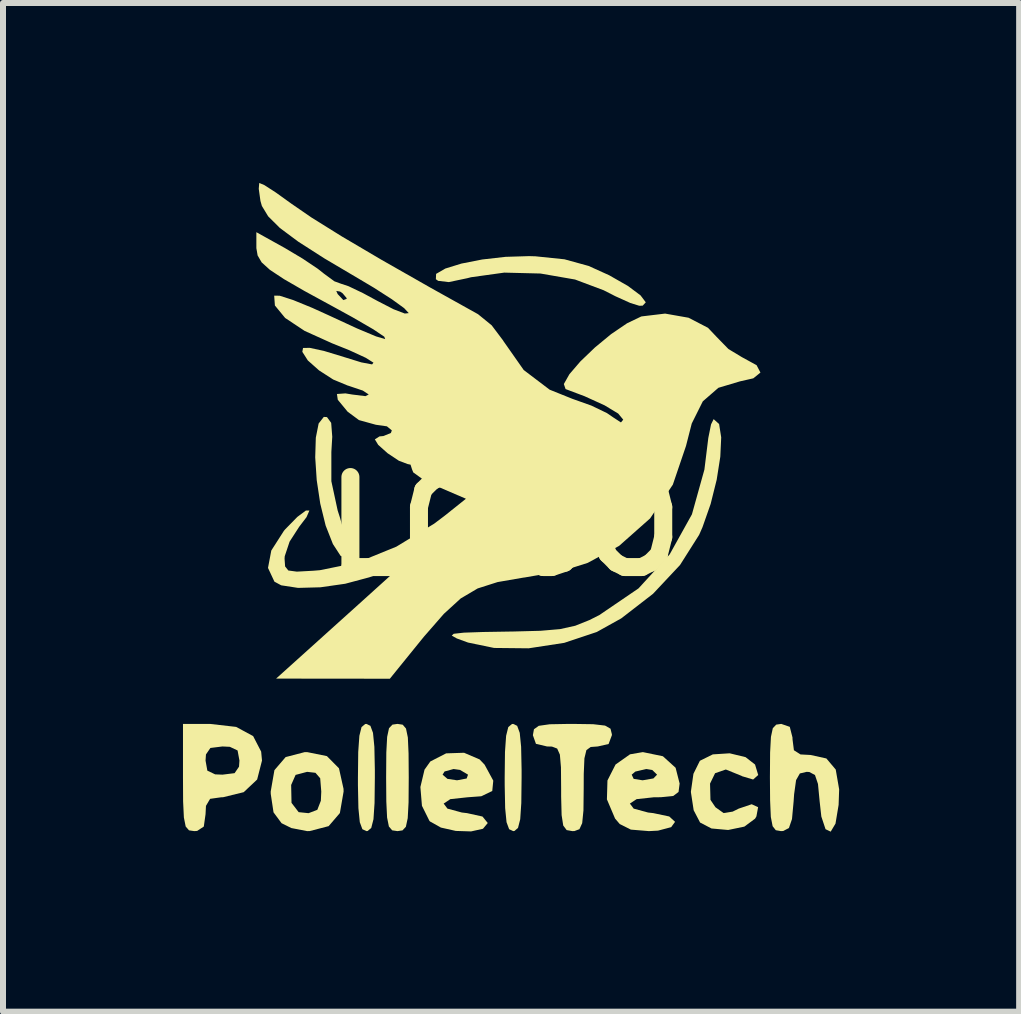
<source format=kicad_pcb>
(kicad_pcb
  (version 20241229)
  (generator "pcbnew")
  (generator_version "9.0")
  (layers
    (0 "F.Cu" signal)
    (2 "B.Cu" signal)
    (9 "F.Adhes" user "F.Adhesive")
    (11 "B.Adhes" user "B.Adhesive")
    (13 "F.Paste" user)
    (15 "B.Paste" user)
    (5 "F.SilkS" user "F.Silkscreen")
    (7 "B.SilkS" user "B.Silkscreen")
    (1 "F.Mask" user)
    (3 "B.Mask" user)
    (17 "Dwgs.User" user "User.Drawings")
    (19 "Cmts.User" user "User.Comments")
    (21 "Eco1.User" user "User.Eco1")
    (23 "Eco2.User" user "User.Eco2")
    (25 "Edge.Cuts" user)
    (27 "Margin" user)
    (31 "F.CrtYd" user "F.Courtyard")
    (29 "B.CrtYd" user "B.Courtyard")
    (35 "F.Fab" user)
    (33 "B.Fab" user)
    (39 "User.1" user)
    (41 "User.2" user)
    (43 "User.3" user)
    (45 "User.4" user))
  (footprint "LOGO"
    (layer "F.Cu")
    (at 5.362 5.723)
    (property "Reference" "LOGO" (at 0 0 0) (layer "F.SilkS") (effects (font (size 1.5 1.5) (thickness 0.3))))
    (attr board_only exclude_from_pos_files exclude_from_bom)
    (fp_poly (pts (xy -2.962 -1.821) (xy -2.892 -1.725) (xy -2.874 -1.493) (xy -2.889 -1.24) (xy -2.889 -0.752) (xy -2.784 -0.265) (xy -2.744 -0.141) (xy -2.653 0.184) (xy -2.625 0.412) (xy -2.654 0.522) (xy -2.735 0.492) (xy -2.86 0.3) (xy -2.864 0.293) (xy -2.984 -0.012) (xy -3.074 -0.379) (xy -3.133 -0.771) (xy -3.158 -1.15) (xy -3.148 -1.477) (xy -3.101 -1.714) (xy -3.015 -1.824)) (stroke (width 0) (type solid)) (fill yes) (layer "F.SilkS"))
    (fp_poly (pts (xy -2.238 3.325) (xy -2.195 3.442) (xy -2.172 3.675) (xy -2.164 4.057) (xy -2.164 4.186) (xy -2.169 4.612) (xy -2.187 4.882) (xy -2.224 5.027) (xy -2.284 5.078) (xy -2.305 5.08) (xy -2.372 5.048) (xy -2.415 4.931) (xy -2.438 4.698) (xy -2.446 4.316) (xy -2.446 4.186) (xy -2.441 3.76) (xy -2.422 3.491) (xy -2.386 3.346) (xy -2.325 3.295) (xy -2.305 3.293)) (stroke (width 0) (type solid)) (fill yes) (layer "F.SilkS"))
    (fp_poly (pts (xy -1.7 3.306) (xy -1.645 3.37) (xy -1.614 3.519) (xy -1.602 3.788) (xy -1.599 4.186) (xy -1.602 4.602) (xy -1.616 4.864) (xy -1.647 5.008) (xy -1.703 5.068) (xy -1.787 5.08) (xy -1.875 5.067) (xy -1.93 5.003) (xy -1.96 4.854) (xy -1.973 4.585) (xy -1.976 4.186) (xy -1.973 3.771) (xy -1.959 3.509) (xy -1.928 3.365) (xy -1.871 3.305) (xy -1.787 3.293)) (stroke (width 0) (type solid)) (fill yes) (layer "F.SilkS"))
    (fp_poly (pts (xy 0.208 3.325) (xy 0.251 3.442) (xy 0.274 3.675) (xy 0.282 4.057) (xy 0.282 4.186) (xy 0.277 4.612) (xy 0.259 4.882) (xy 0.222 5.027) (xy 0.162 5.078) (xy 0.141 5.08) (xy 0.074 5.048) (xy 0.031 4.931) (xy 0.008 4.698) (xy 0.00031 4.316) (xy -0.000001 4.186) (xy 0.005 3.76) (xy 0.024 3.491) (xy 0.06 3.346) (xy 0.121 3.295) (xy 0.141 3.293)) (stroke (width 0) (type solid)) (fill yes) (layer "F.SilkS"))
    (fp_poly (pts (xy 0.513 -4.501) (xy 0.997 -4.451) (xy 1.4 -4.34) (xy 1.742 -4.185) (xy 2.054 -4.007) (xy 2.264 -3.85) (xy 2.352 -3.734) (xy 2.3 -3.678) (xy 2.242 -3.677) (xy 2.094 -3.723) (xy 1.846 -3.835) (xy 1.65 -3.935) (xy 1.173 -4.114) (xy 0.596 -4.214) (xy -0.007 -4.229) (xy -0.561 -4.152) (xy -0.623 -4.136) (xy -0.932 -4.071) (xy -1.109 -4.092) (xy -1.147 -4.119) (xy -1.143 -4.208) (xy -0.989 -4.297) (xy -0.72 -4.38) (xy -0.374 -4.448) (xy 0.014 -4.492) (xy 0.406 -4.504)) (stroke (width 0) (type solid)) (fill yes) (layer "F.SilkS"))
    (fp_poly (pts (xy 4.015 3.847) (xy 4.173 3.97) (xy 4.226 4.145) (xy 4.141 4.22) (xy 3.957 4.165) (xy 3.948 4.159) (xy 3.686 4.053) (xy 3.507 4.115) (xy 3.423 4.288) (xy 3.43 4.559) (xy 3.513 4.682) (xy 3.649 4.779) (xy 3.8 4.755) (xy 3.901 4.705) (xy 4.117 4.632) (xy 4.224 4.681) (xy 4.196 4.834) (xy 4.173 4.873) (xy 3.995 5.005) (xy 3.725 5.061) (xy 3.447 5.036) (xy 3.257 4.937) (xy 3.15 4.732) (xy 3.105 4.437) (xy 3.104 4.421) (xy 3.146 4.125) (xy 3.251 3.913) (xy 3.257 3.906) (xy 3.469 3.801) (xy 3.75 3.783)) (stroke (width 0) (type solid)) (fill yes) (layer "F.SilkS"))
    (fp_poly (pts (xy -2.963 3.83) (xy -2.762 4.033) (xy -2.686 4.375) (xy -2.685 4.421) (xy -2.747 4.779) (xy -2.934 4.997) (xy -3.249 5.079) (xy -3.293 5.08) (xy -3.556 5.029) (xy -3.719 4.948) (xy -3.853 4.767) (xy -3.899 4.461) (xy -3.9 4.421) (xy -3.881 4.311) (xy -3.559 4.311) (xy -3.553 4.609) (xy -3.434 4.764) (xy -3.269 4.781) (xy -3.123 4.725) (xy -3.064 4.574) (xy -3.057 4.421) (xy -3.075 4.199) (xy -3.154 4.108) (xy -3.293 4.092) (xy -3.485 4.143) (xy -3.559 4.311) (xy -3.881 4.311) (xy -3.838 4.064) (xy -3.651 3.846) (xy -3.336 3.764) (xy -3.293 3.763)) (stroke (width 0) (type solid)) (fill yes) (layer "F.SilkS"))
    (fp_poly (pts (xy 1.475 3.298) (xy 1.673 3.321) (xy 1.764 3.373) (xy 1.787 3.466) (xy 1.787 3.481) (xy 1.732 3.628) (xy 1.552 3.669) (xy 1.433 3.678) (xy 1.362 3.73) (xy 1.329 3.867) (xy 1.318 4.127) (xy 1.317 4.374) (xy 1.313 4.735) (xy 1.292 4.947) (xy 1.246 5.048) (xy 1.163 5.079) (xy 1.129 5.08) (xy 1.033 5.063) (xy 0.976 4.987) (xy 0.949 4.813) (xy 0.941 4.501) (xy 0.941 4.374) (xy 0.938 4.016) (xy 0.92 3.805) (xy 0.875 3.704) (xy 0.788 3.671) (xy 0.706 3.669) (xy 0.521 3.625) (xy 0.47 3.481) (xy 0.488 3.382) (xy 0.568 3.325) (xy 0.751 3.299) (xy 1.076 3.293) (xy 1.129 3.293)) (stroke (width 0) (type solid)) (fill yes) (layer "F.SilkS"))
    (fp_poly (pts (xy -4.476 3.343) (xy -4.193 3.496) (xy -4.059 3.755) (xy -4.045 3.904) (xy -4.126 4.22) (xy -4.35 4.431) (xy -4.693 4.515) (xy -4.725 4.516) (xy -4.91 4.542) (xy -4.979 4.659) (xy -4.986 4.798) (xy -5.015 5.004) (xy -5.126 5.077) (xy -5.174 5.08) (xy -5.262 5.067) (xy -5.317 5.003) (xy -5.347 4.854) (xy -5.36 4.585) (xy -5.362 4.186) (xy -5.362 3.904) (xy -4.986 3.904) (xy -4.956 4.072) (xy -4.826 4.134) (xy -4.704 4.139) (xy -4.502 4.114) (xy -4.428 4.006) (xy -4.421 3.904) (xy -4.452 3.736) (xy -4.581 3.675) (xy -4.704 3.669) (xy -4.905 3.694) (xy -4.979 3.802) (xy -4.986 3.904) (xy -5.362 3.904) (xy -5.362 3.293) (xy -4.913 3.293)) (stroke (width 0) (type solid)) (fill yes) (layer "F.SilkS"))
    (fp_poly (pts (xy -0.418 3.885) (xy -0.335 3.972) (xy -0.19 4.239) (xy -0.207 4.411) (xy -0.39 4.499) (xy -0.619 4.516) (xy -0.906 4.547) (xy -1.017 4.621) (xy -0.954 4.705) (xy -0.714 4.77) (xy -0.628 4.78) (xy -0.37 4.837) (xy -0.282 4.945) (xy -0.362 5.041) (xy -0.56 5.085) (xy -0.814 5.077) (xy -1.063 5.021) (xy -1.245 4.919) (xy -1.255 4.908) (xy -1.379 4.658) (xy -1.405 4.345) (xy -1.356 4.139) (xy -1.035 4.139) (xy -0.954 4.209) (xy -0.794 4.233) (xy -0.634 4.203) (xy -0.611 4.139) (xy -0.744 4.06) (xy -0.852 4.045) (xy -1.002 4.086) (xy -1.035 4.139) (xy -1.356 4.139) (xy -1.336 4.055) (xy -1.239 3.919) (xy -0.976 3.784) (xy -0.677 3.774)) (stroke (width 0) (type solid)) (fill yes) (layer "F.SilkS"))
    (fp_poly (pts (xy 2.637 3.832) (xy 2.849 4.024) (xy 2.916 4.287) (xy 2.898 4.427) (xy 2.81 4.494) (xy 2.603 4.515) (xy 2.485 4.516) (xy 2.199 4.547) (xy 2.087 4.621) (xy 2.15 4.705) (xy 2.39 4.77) (xy 2.477 4.78) (xy 2.743 4.836) (xy 2.84 4.925) (xy 2.775 5.014) (xy 2.556 5.072) (xy 2.404 5.08) (xy 2.103 5.055) (xy 1.918 4.962) (xy 1.84 4.871) (xy 1.704 4.551) (xy 1.713 4.236) (xy 1.762 4.139) (xy 2.117 4.139) (xy 2.15 4.209) (xy 2.299 4.233) (xy 2.479 4.202) (xy 2.54 4.139) (xy 2.461 4.062) (xy 2.357 4.045) (xy 2.177 4.088) (xy 2.117 4.139) (xy 1.762 4.139) (xy 1.848 3.97) (xy 2.089 3.8) (xy 2.303 3.763)) (stroke (width 0) (type solid)) (fill yes) (layer "F.SilkS"))
    (fp_poly (pts (xy 3.574 -1.705) (xy 3.609 -1.483) (xy 3.594 -1.161) (xy 3.534 -0.778) (xy 3.433 -0.373) (xy 3.297 0.015) (xy 3.241 0.142) (xy 2.923 0.644) (xy 2.472 1.125) (xy 1.943 1.534) (xy 1.535 1.761) (xy 0.993 1.942) (xy 0.399 2.033) (xy -0.176 2.027) (xy -0.611 1.937) (xy -0.797 1.869) (xy -0.882 1.822) (xy -0.85 1.791) (xy -0.681 1.772) (xy -0.36 1.761) (xy 0.131 1.753) (xy 0.141 1.753) (xy 0.597 1.741) (xy 0.923 1.713) (xy 1.176 1.657) (xy 1.413 1.562) (xy 1.579 1.478) (xy 2.231 1.034) (xy 2.75 0.467) (xy 3.121 -0.2) (xy 3.329 -0.946) (xy 3.355 -1.157) (xy 3.394 -1.473) (xy 3.44 -1.7) (xy 3.483 -1.787) (xy 3.483 -1.787)) (stroke (width 0) (type solid)) (fill yes) (layer "F.SilkS"))
    (fp_poly (pts (xy 4.752 3.342) (xy 4.797 3.519) (xy 4.798 3.552) (xy 4.821 3.732) (xy 4.931 3.802) (xy 5.099 3.811) (xy 5.362 3.869) (xy 5.518 4.054) (xy 5.575 4.384) (xy 5.566 4.643) (xy 5.514 4.955) (xy 5.434 5.089) (xy 5.348 5.048) (xy 5.278 4.837) (xy 5.25 4.586) (xy 5.222 4.294) (xy 5.172 4.145) (xy 5.078 4.095) (xy 5.033 4.092) (xy 4.92 4.119) (xy 4.857 4.23) (xy 4.824 4.468) (xy 4.816 4.586) (xy 4.789 4.879) (xy 4.738 5.028) (xy 4.643 5.078) (xy 4.605 5.08) (xy 4.519 5.065) (xy 4.466 4.998) (xy 4.436 4.844) (xy 4.424 4.567) (xy 4.421 4.186) (xy 4.424 3.771) (xy 4.438 3.509) (xy 4.469 3.365) (xy 4.526 3.305) (xy 4.61 3.293)) (stroke (width 0) (type solid)) (fill yes) (layer "F.SilkS"))
    (fp_poly (pts (xy -4.006 -5.688) (xy -3.814 -5.564) (xy -3.558 -5.38) (xy -3.218 -5.146) (xy -2.714 -4.832) (xy -2.052 -4.442) (xy -1.237 -3.978) (xy -0.444 -3.536) (xy -0.217 -3.351) (xy -0.027 -3.099) (xy -0.021 -3.088) (xy 0.317 -2.606) (xy 0.749 -2.278) (xy 1.129 -2.125) (xy 1.444 -2.013) (xy 1.704 -1.888) (xy 1.803 -1.82) (xy 1.938 -1.732) (xy 1.976 -1.778) (xy 1.892 -1.88) (xy 1.665 -2.017) (xy 1.331 -2.169) (xy 1.015 -2.288) (xy 0.986 -2.372) (xy 1.079 -2.536) (xy 1.262 -2.749) (xy 1.504 -2.981) (xy 1.773 -3.203) (xy 2.039 -3.384) (xy 2.27 -3.495) (xy 2.281 -3.499) (xy 2.674 -3.546) (xy 3.065 -3.477) (xy 3.389 -3.309) (xy 3.533 -3.157) (xy 3.729 -2.956) (xy 3.949 -2.823) (xy 4.199 -2.686) (xy 4.263 -2.563) (xy 4.144 -2.467) (xy 3.92 -2.416) (xy 3.562 -2.309) (xy 3.302 -2.083) (xy 3.118 -1.714) (xy 3.022 -1.339) (xy 2.803 -0.695) (xy 2.424 -0.132) (xy 1.907 0.326) (xy 1.384 0.609) (xy 1.116 0.694) (xy 0.741 0.781) (xy 0.335 0.852) (xy 0.31 0.855) (xy -0.118 0.929) (xy -0.45 1.035) (xy -0.733 1.202) (xy -1.014 1.459) (xy -1.344 1.837) (xy -1.418 1.928) (xy -1.914 2.54) (xy -2.862 2.539) (xy -3.81 2.538) (xy -3.106 1.904) (xy -2.762 1.594) (xy -2.431 1.296) (xy -2.163 1.054) (xy -2.071 0.971) (xy -1.74 0.672) (xy -2.258 0.85) (xy -2.658 0.957) (xy -3.071 1.016) (xy -3.444 1.026) (xy -3.725 0.983) (xy -3.838 0.922) (xy -3.945 0.693) (xy -3.89 0.403) (xy -3.68 0.075) (xy -3.659 0.05) (xy -3.456 -0.157) (xy -3.314 -0.263) (xy -3.255 -0.263) (xy -3.303 -0.153) (xy -3.425 0.007) (xy -3.585 0.255) (xy -3.666 0.498) (xy -3.669 0.538) (xy -3.66 0.668) (xy -3.606 0.736) (xy -3.464 0.755) (xy -3.189 0.74) (xy -3.08 0.731) (xy -2.459 0.605) (xy -1.806 0.339) (xy -1.176 -0.044) (xy -1.005 -0.173) (xy -0.646 -0.46) (xy -1.121 -0.664) (xy -1.373 -0.79) (xy -1.524 -0.899) (xy -1.545 -0.952) (xy -1.569 -1.028) (xy -1.617 -1.038) (xy -1.763 -1.093) (xy -1.951 -1.218) (xy -2.108 -1.358) (xy -2.164 -1.45) (xy -2.087 -1.499) (xy -2.023 -1.505) (xy -1.897 -1.556) (xy -1.881 -1.599) (xy -1.963 -1.667) (xy -2.147 -1.693) (xy -2.429 -1.771) (xy -2.618 -1.911) (xy -2.782 -2.11) (xy -2.796 -2.206) (xy -2.654 -2.216) (xy -2.54 -2.197) (xy -2.321 -2.17) (xy -2.266 -2.198) (xy -2.365 -2.263) (xy -2.609 -2.345) (xy -2.617 -2.347) (xy -2.858 -2.447) (xy -3.094 -2.599) (xy -3.281 -2.765) (xy -3.373 -2.909) (xy -3.361 -2.973) (xy -3.249 -2.975) (xy -3.013 -2.924) (xy -2.733 -2.839) (xy -2.39 -2.733) (xy -2.21 -2.699) (xy -2.187 -2.728) (xy -2.317 -2.81) (xy -2.593 -2.937) (xy -2.877 -3.051) (xy -3.335 -3.258) (xy -3.659 -3.473) (xy -3.83 -3.681) (xy -3.842 -3.845) (xy -3.75 -3.844) (xy -3.526 -3.772) (xy -3.208 -3.642) (xy -2.937 -3.519) (xy -2.459 -3.298) (xy -2.144 -3.166) (xy -1.992 -3.121) (xy -2.007 -3.161) (xy -2.188 -3.283) (xy -2.538 -3.486) (xy -2.833 -3.648) (xy -3.328 -3.918) (xy -3.339 -3.924) (xy -2.807 -3.924) (xy -2.784 -3.872) (xy -2.689 -3.771) (xy -2.635 -3.791) (xy -2.634 -3.804) (xy -2.701 -3.884) (xy -2.743 -3.913) (xy -2.807 -3.924) (xy -3.339 -3.924) (xy -3.68 -4.121) (xy -3.913 -4.275) (xy -4.051 -4.4) (xy -4.118 -4.515) (xy -4.139 -4.637) (xy -4.139 -4.674) (xy -4.139 -4.903) (xy -3.664 -4.639) (xy -3.367 -4.462) (xy -3.115 -4.293) (xy -3.01 -4.21) (xy -2.838 -4.084) (xy -2.731 -4.045) (xy -2.602 -4.002) (xy -2.365 -3.889) (xy -2.115 -3.754) (xy -1.851 -3.618) (xy -1.665 -3.547) (xy -1.599 -3.554) (xy -1.676 -3.637) (xy -1.882 -3.786) (xy -2.183 -3.979) (xy -2.422 -4.121) (xy -3.007 -4.467) (xy -3.442 -4.746) (xy -3.748 -4.974) (xy -3.942 -5.167) (xy -4.047 -5.34) (xy -4.071 -5.424) (xy -4.099 -5.626) (xy -4.091 -5.723)) (stroke (width 0) (type solid)) (fill yes) (layer "F.SilkS")))
  (gr_rect
    (start -3 -3)
    (end 13.937 13.812)
    (stroke (width 0.1) (type default))
    (fill no)
    (layer "Edge.Cuts")))
</source>
